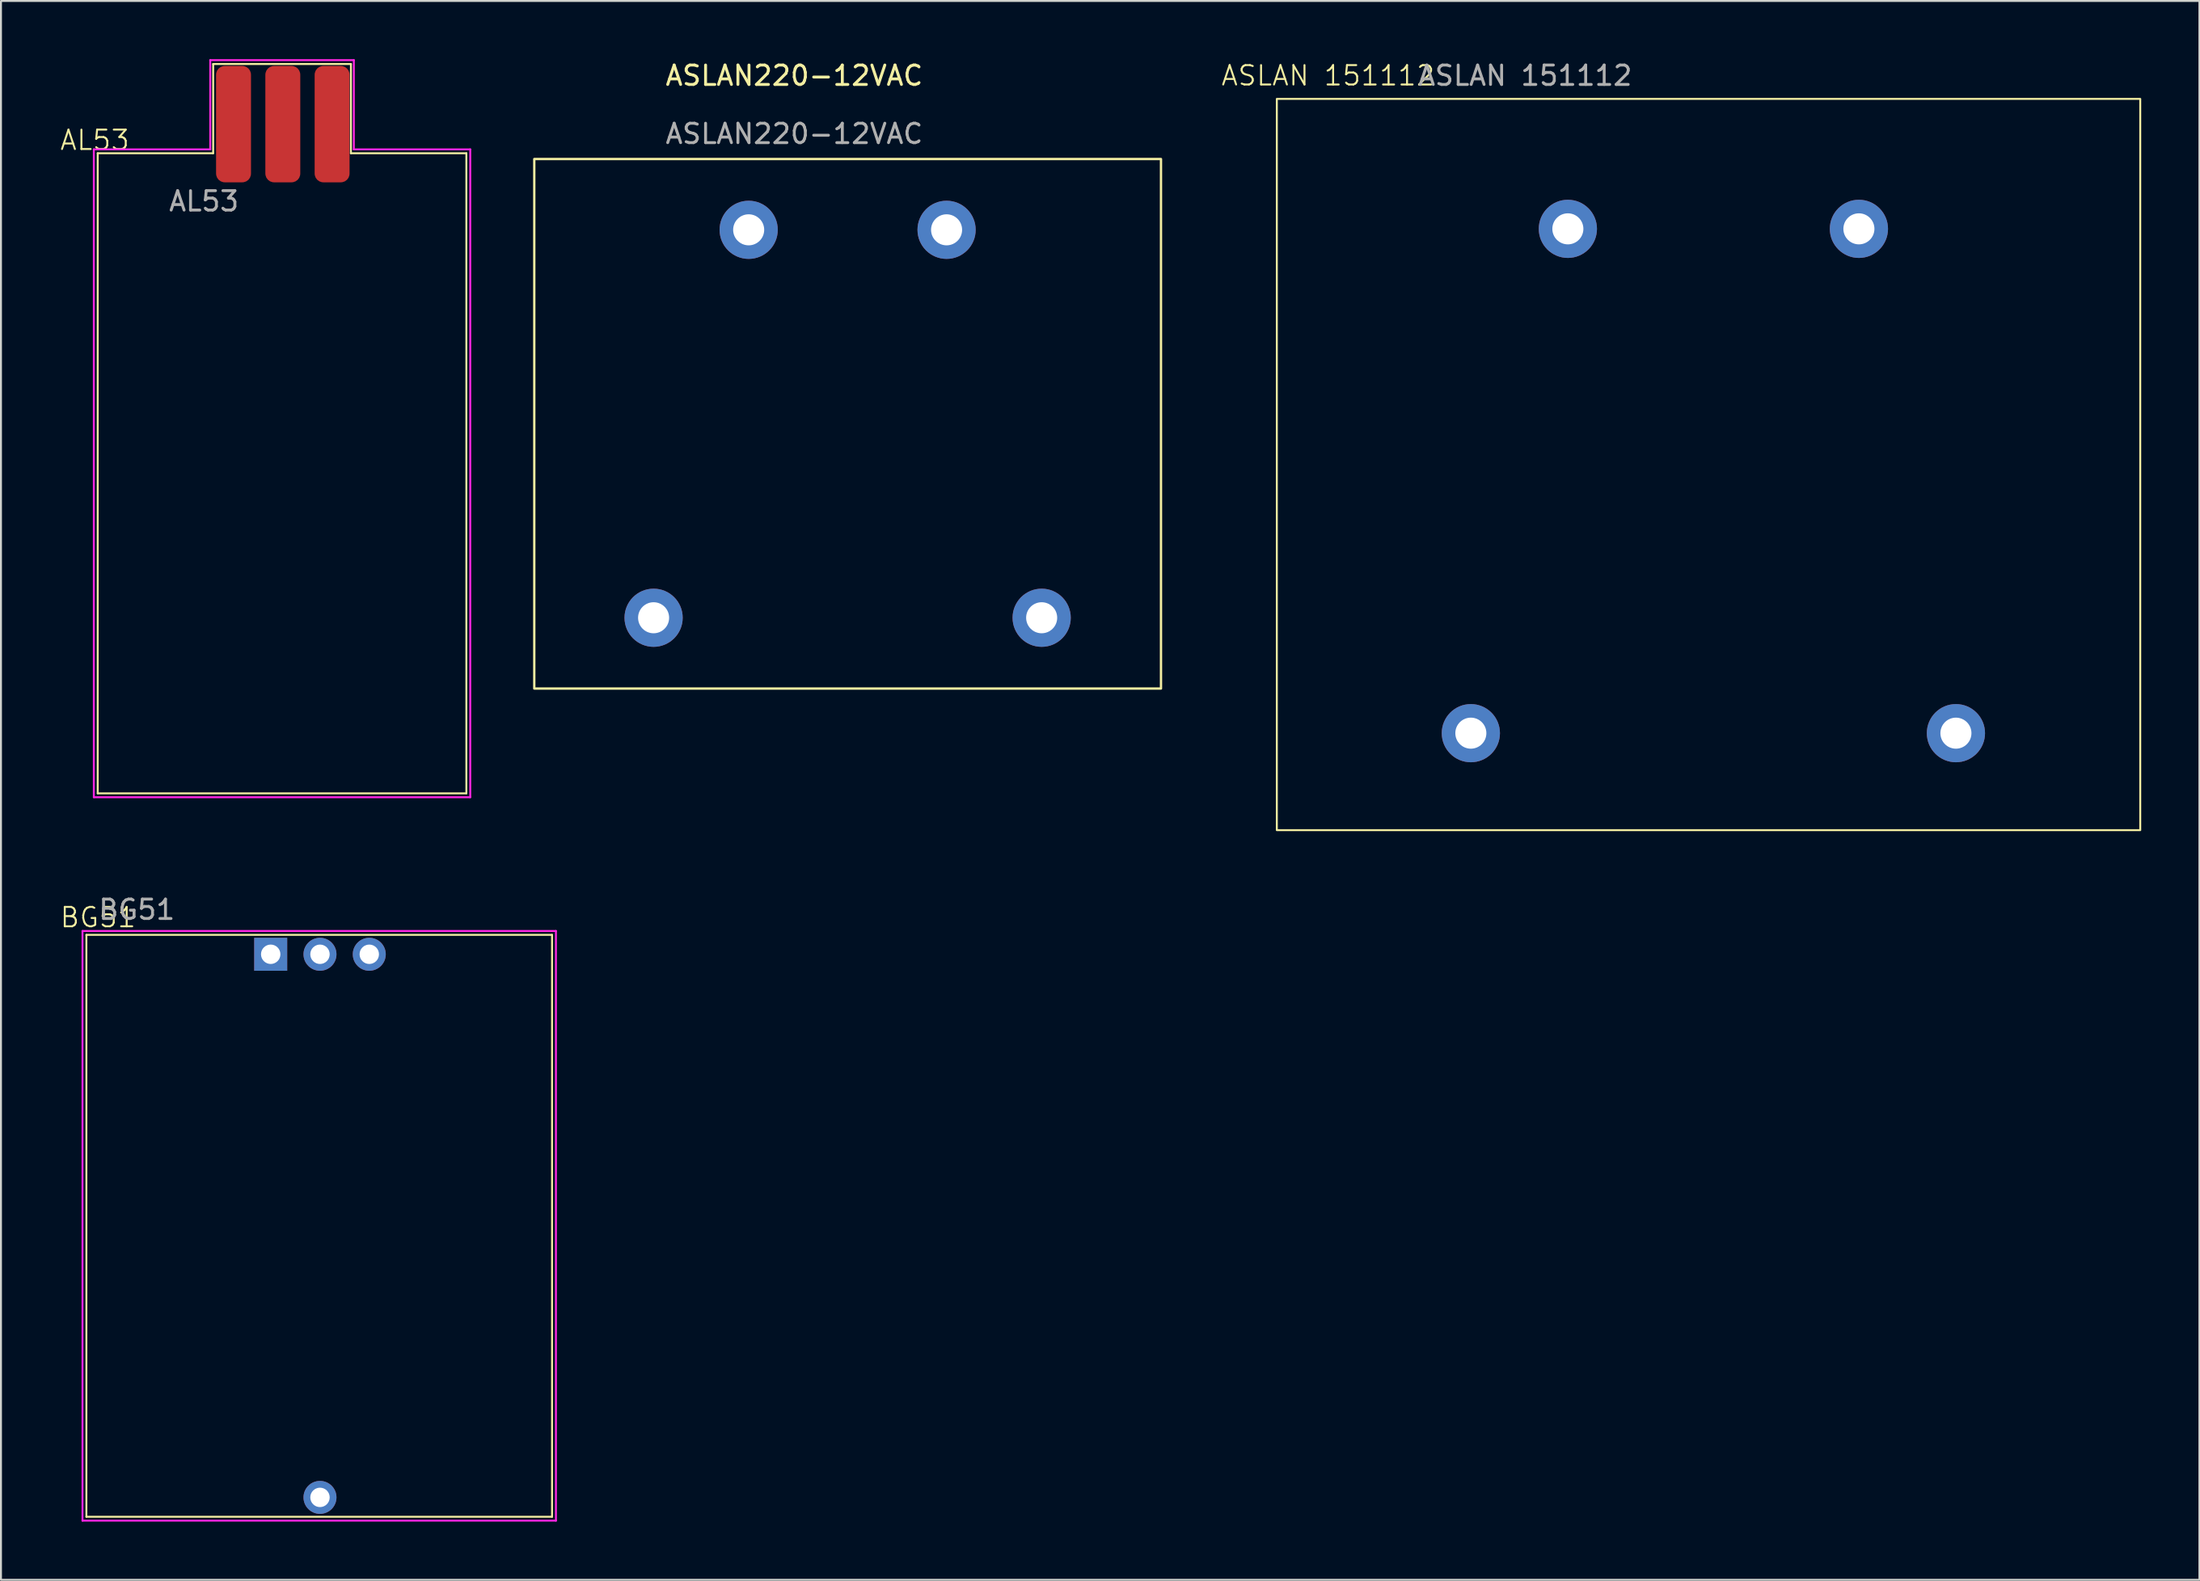
<source format=kicad_pcb>
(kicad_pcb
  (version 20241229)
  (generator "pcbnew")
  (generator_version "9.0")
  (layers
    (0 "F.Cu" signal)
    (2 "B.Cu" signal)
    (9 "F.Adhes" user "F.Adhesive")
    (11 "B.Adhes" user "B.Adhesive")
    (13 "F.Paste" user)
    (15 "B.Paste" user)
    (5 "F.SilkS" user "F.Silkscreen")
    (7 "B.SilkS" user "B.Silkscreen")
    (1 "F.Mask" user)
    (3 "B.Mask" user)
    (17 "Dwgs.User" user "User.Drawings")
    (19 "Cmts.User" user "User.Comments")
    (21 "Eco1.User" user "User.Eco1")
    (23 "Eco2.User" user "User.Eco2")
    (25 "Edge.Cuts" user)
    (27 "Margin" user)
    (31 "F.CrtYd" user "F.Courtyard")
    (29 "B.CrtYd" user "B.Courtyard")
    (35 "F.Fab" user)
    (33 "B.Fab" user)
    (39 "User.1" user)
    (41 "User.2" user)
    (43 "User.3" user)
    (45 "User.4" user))
  (footprint "BG51"
    (layer "F.Cu")
    (at 1.402 45.147)
    (property "Reference" "BG51" (at 0.6 -0.9 0) (unlocked yes) (layer "F.SilkS") (effects (font (size 1 1) (thickness 0.1))))
    (attr through_hole)
    (fp_line (start 0 0) (end 0 30) (stroke (width 0.1) (type default)) (layer "F.SilkS"))
    (fp_line (start 0 30) (end 24 30) (stroke (width 0.1) (type default)) (layer "F.SilkS"))
    (fp_line (start 24 0) (end 0 0) (stroke (width 0.1) (type default)) (layer "F.SilkS"))
    (fp_line (start 24 30) (end 24 0) (stroke (width 0.1) (type default)) (layer "F.SilkS"))
    (fp_line (start -0.2 -0.2) (end -0.2 30.2) (stroke (width 0.1) (type default)) (layer "F.CrtYd"))
    (fp_line (start -0.2 30.2) (end 24.2 30.2) (stroke (width 0.1) (type default)) (layer "F.CrtYd"))
    (fp_line (start 24.2 -0.2) (end -0.2 -0.2) (stroke (width 0.1) (type default)) (layer "F.CrtYd"))
    (fp_line (start 24.2 30.2) (end 24.2 -0.2) (stroke (width 0.1) (type default)) (layer "F.CrtYd"))
    (fp_text user "${REFERENCE}" (at 2.6 -1.3 0) (unlocked yes) (layer "F.Fab") (effects (font (size 1 1) (thickness 0.15))))
    (pad "1" thru_hole oval (at 12.04 1 90) (size 1.7 1.7) (drill 1) (layers "*.Cu" "*.Mask"))
    (pad "2" thru_hole rect (at 9.5 1 90) (size 1.7 1.7) (drill 1) (layers "*.Cu" "*.Mask"))
    (pad "3" thru_hole oval (at 12.04 29 90) (size 1.7 1.7) (drill 1) (layers "*.Cu" "*.Mask"))
    (pad "3" thru_hole oval (at 14.58 1 90) (size 1.7 1.7) (drill 1) (layers "*.Cu" "*.Mask")))
  (footprint "ASLAN220-12VAC"
    (layer "F.Cu")
    (at 24.486 32.448)
    (property "Reference" "ASLAN220-12VAC" (at 13.4 -31.6 0) (unlocked yes) (layer "F.SilkS") (effects (font (size 1 1) (thickness 0.15))))
    (attr through_hole)
    (fp_rect (start 0 0) (end 32.3 -27.3) (stroke (width 0.12) (type solid)) (fill no) (layer "F.SilkS"))
    (fp_text user "${REFERENCE}" (at 13.4 -28.6 0) (unlocked yes) (layer "F.Fab") (effects (font (size 1 1) (thickness 0.15))))
    (pad "1" thru_hole circle (at 6.15 -3.65) (size 3 3) (drill 1.6) (layers "*.Cu" "*.Mask"))
    (pad "2" thru_hole circle (at 26.15 -3.65) (size 3 3) (drill 1.6) (layers "*.Cu" "*.Mask"))
    (pad "3" thru_hole circle (at 11.05 -23.65) (size 3 3) (drill 1.6) (layers "*.Cu" "*.Mask"))
    (pad "4" thru_hole circle (at 21.25 -23.65) (size 3 3) (drill 1.6) (layers "*.Cu" "*.Mask")))
  (footprint "AL53"
    (layer "F.Cu")
    (at 1.836 4.675)
    (property "Reference" "AL53" (at 0 -0.5 0) (unlocked yes) (layer "F.SilkS") (effects (font (size 1 1) (thickness 0.1))))
    (attr smd)
    (fp_line (start 0.15 0.175) (end 0.15 33.175) (stroke (width 0.1) (type default)) (layer "F.SilkS"))
    (fp_line (start 0.15 33.175) (end 19.15 33.175) (stroke (width 0.1) (type default)) (layer "F.SilkS"))
    (fp_line (start 6.1 -4.425) (end 6.1 0.175) (stroke (width 0.1) (type default)) (layer "F.SilkS"))
    (fp_line (start 6.1 0.175) (end 0.15 0.175) (stroke (width 0.1) (type default)) (layer "F.SilkS"))
    (fp_line (start 13.2 -4.425) (end 6.1 -4.425) (stroke (width 0.1) (type default)) (layer "F.SilkS"))
    (fp_line (start 13.2 0.175) (end 13.2 -4.425) (stroke (width 0.1) (type default)) (layer "F.SilkS"))
    (fp_line (start 19.15 0.175) (end 13.2 0.175) (stroke (width 0.1) (type default)) (layer "F.SilkS"))
    (fp_line (start 19.15 33.175) (end 19.15 0.175) (stroke (width 0.1) (type default)) (layer "F.SilkS"))
    (fp_line (start -0.05 -0.025) (end -0.05 33.375) (stroke (width 0.1) (type default)) (layer "F.CrtYd"))
    (fp_line (start -0.05 33.375) (end 19.35 33.375) (stroke (width 0.1) (type default)) (layer "F.CrtYd"))
    (fp_line (start 5.95 -4.625) (end 5.95 -0.025) (stroke (width 0.1) (type default)) (layer "F.CrtYd"))
    (fp_line (start 5.95 -0.025) (end -0.05 -0.025) (stroke (width 0.1) (type default)) (layer "F.CrtYd"))
    (fp_line (start 13.35 -4.625) (end 5.95 -4.625) (stroke (width 0.1) (type default)) (layer "F.CrtYd"))
    (fp_line (start 13.35 -0.025) (end 13.35 -4.625) (stroke (width 0.1) (type default)) (layer "F.CrtYd"))
    (fp_line (start 19.35 -0.025) (end 13.35 -0.025) (stroke (width 0.1) (type default)) (layer "F.CrtYd"))
    (fp_line (start 19.35 33.375) (end 19.35 -0.025) (stroke (width 0.1) (type default)) (layer "F.CrtYd"))
    (fp_text user "${REFERENCE}" (at 5.625 2.65 0) (unlocked yes) (layer "F.Fab") (effects (font (size 1 1) (thickness 0.15))))
    (pad "1" smd roundrect (at 9.69 -1.325) (size 1.8 6) (layers "F.Cu" "F.Mask") (roundrect_rratio 0.25))
    (pad "2" smd roundrect (at 7.15 -1.325) (size 1.8 6) (layers "F.Cu" "F.Mask") (roundrect_rratio 0.25))
    (pad "3" smd roundrect (at 12.23 -1.325) (size 1.8 6) (layers "F.Cu" "F.Mask") (roundrect_rratio 0.25)))
  (footprint "ASLAN 151112"
    (layer "F.Cu")
    (at 62.756 39.748)
    (property "Reference" "ASLAN 151112" (at 2.64 -38.9 0) (unlocked yes) (layer "F.SilkS") (effects (font (size 1 1) (thickness 0.1))))
    (attr through_hole)
    (fp_rect (start 0 0) (end 44.5 -37.7) (stroke (width 0.1) (type default)) (fill no) (layer "F.SilkS"))
    (fp_text user "${REFERENCE}" (at 12.8 -38.9 0) (unlocked yes) (layer "F.Fab") (effects (font (size 1 1) (thickness 0.15))))
    (pad "1" thru_hole circle (at 10 -5) (size 3 3) (drill 1.6) (layers "*.Cu" "*.Mask"))
    (pad "2" thru_hole circle (at 35 -5) (size 3 3) (drill 1.6) (layers "*.Cu" "*.Mask"))
    (pad "3" thru_hole circle (at 15 -31) (size 3 3) (drill 1.6) (layers "*.Cu" "*.Mask"))
    (pad "4" thru_hole circle (at 30 -31) (size 3 3) (drill 1.6) (layers "*.Cu" "*.Mask")))
  (gr_rect
    (start -3 -3)
    (end 110.306 78.397)
    (stroke (width 0.1) (type default))
    (fill no)
    (layer "Edge.Cuts")))
</source>
